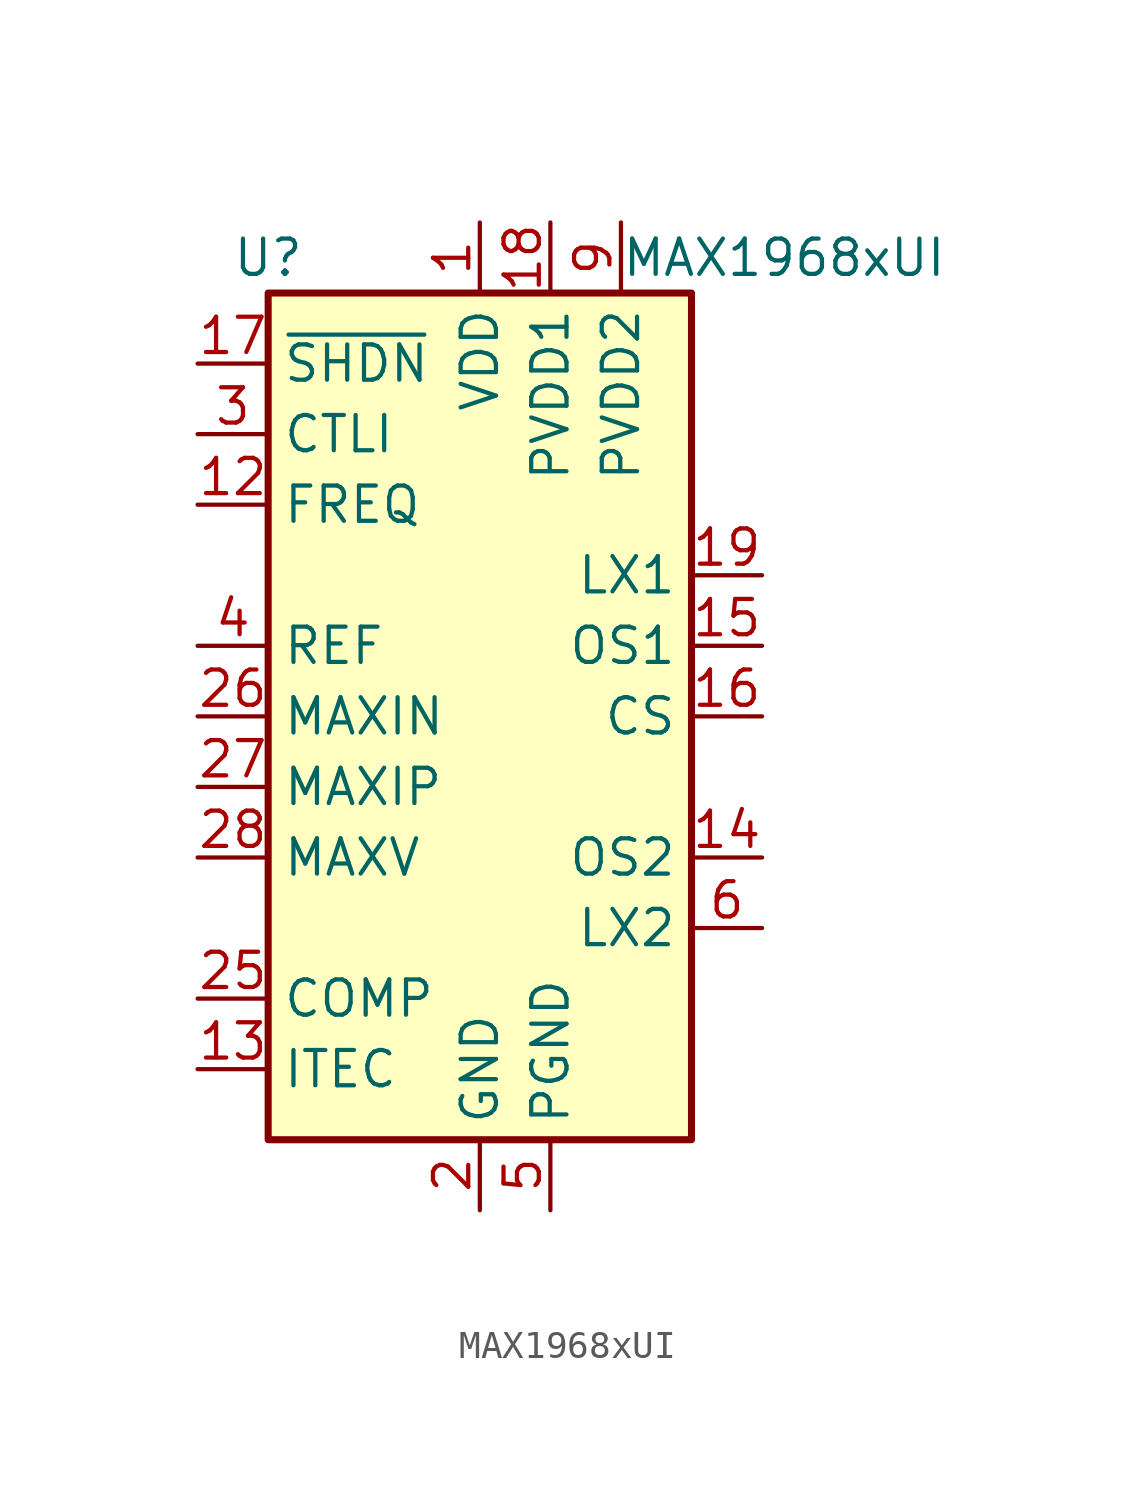
<source format=kicad_sym>
(kicad_symbol_lib
  (version 20201005)
  (generator kicad_symbol_editor)
  (symbol "Driver_TEC:MAX1968xUI"
    (property "Reference" "U"
      (at -7.62 16.51 0)
      (effects (font (size 1.27 1.27))))
    (property "Value" "MAX1968xUI"
      (at 5.08 16.51 0)
      (effects (font (size 1.27 1.27)) (justify left)))
    (symbol "MAX1968xUI_0_1"
      (rectangle (start -7.62 15.24) (end 7.62 -15.24) (stroke (width 0.254)) (fill (type background))))
    (symbol "MAX1968xUI_1_1"
      (pin power_in line (at 0 17.78 270) (length 2.54) (name "VDD" (effects (font (size 1.27 1.27)))) (number "1" (effects (font (size 1.27 1.27)))))
      (pin passive line (at 10.16 -7.62 180) (length 2.54) hide (name "LX2" (effects (font (size 1.27 1.27)))) (number "10" (effects (font (size 1.27 1.27)))))
      (pin passive line (at 5.08 17.78 270) (length 2.54) hide (name "PVDD2" (effects (font (size 1.27 1.27)))) (number "11" (effects (font (size 1.27 1.27)))))
      (pin input line (at -10.16 7.62 0) (length 2.54) (name "FREQ" (effects (font (size 1.27 1.27)))) (number "12" (effects (font (size 1.27 1.27)))))
      (pin output line (at -10.16 -12.7 0) (length 2.54) (name "ITEC" (effects (font (size 1.27 1.27)))) (number "13" (effects (font (size 1.27 1.27)))))
      (pin input line (at 10.16 -5.08 180) (length 2.54) (name "OS2" (effects (font (size 1.27 1.27)))) (number "14" (effects (font (size 1.27 1.27)))))
      (pin input line (at 10.16 2.54 180) (length 2.54) (name "OS1" (effects (font (size 1.27 1.27)))) (number "15" (effects (font (size 1.27 1.27)))))
      (pin input line (at 10.16 0 180) (length 2.54) (name "CS" (effects (font (size 1.27 1.27)))) (number "16" (effects (font (size 1.27 1.27)))))
      (pin input line (at -10.16 12.7 0) (length 2.54) (name "~SHDN" (effects (font (size 1.27 1.27)))) (number "17" (effects (font (size 1.27 1.27)))))
      (pin power_in line (at 2.54 17.78 270) (length 2.54) (name "PVDD1" (effects (font (size 1.27 1.27)))) (number "18" (effects (font (size 1.27 1.27)))))
      (pin power_out line (at 10.16 5.08 180) (length 2.54) (name "LX1" (effects (font (size 1.27 1.27)))) (number "19" (effects (font (size 1.27 1.27)))))
      (pin power_in line (at 0 -17.78 90) (length 2.54) (name "GND" (effects (font (size 1.27 1.27)))) (number "2" (effects (font (size 1.27 1.27)))))
      (pin passive line (at 2.54 17.78 270) (length 2.54) hide (name "PVDD1" (effects (font (size 1.27 1.27)))) (number "20" (effects (font (size 1.27 1.27)))))
      (pin passive line (at 10.16 5.08 180) (length 2.54) hide (name "LX1" (effects (font (size 1.27 1.27)))) (number "21" (effects (font (size 1.27 1.27)))))
      (pin passive line (at 2.54 -17.78 90) (length 2.54) hide (name "PGND" (effects (font (size 1.27 1.27)))) (number "22" (effects (font (size 1.27 1.27)))))
      (pin passive line (at 10.16 5.08 180) (length 2.54) hide (name "LX1" (effects (font (size 1.27 1.27)))) (number "23" (effects (font (size 1.27 1.27)))))
      (pin passive line (at 2.54 -17.78 90) (length 2.54) hide (name "PGND" (effects (font (size 1.27 1.27)))) (number "24" (effects (font (size 1.27 1.27)))))
      (pin passive line (at -10.16 -10.16 0) (length 2.54) (name "COMP" (effects (font (size 1.27 1.27)))) (number "25" (effects (font (size 1.27 1.27)))))
      (pin input line (at -10.16 0 0) (length 2.54) (name "MAXIN" (effects (font (size 1.27 1.27)))) (number "26" (effects (font (size 1.27 1.27)))))
      (pin input line (at -10.16 -2.54 0) (length 2.54) (name "MAXIP" (effects (font (size 1.27 1.27)))) (number "27" (effects (font (size 1.27 1.27)))))
      (pin input line (at -10.16 -5.08 0) (length 2.54) (name "MAXV" (effects (font (size 1.27 1.27)))) (number "28" (effects (font (size 1.27 1.27)))))
      (pin passive line (at 0 -17.78 90) (length 2.54) hide (name "GND" (effects (font (size 1.27 1.27)))) (number "29" (effects (font (size 1.27 1.27)))))
      (pin input line (at -10.16 10.16 0) (length 2.54) (name "CTLI" (effects (font (size 1.27 1.27)))) (number "3" (effects (font (size 1.27 1.27)))))
      (pin output line (at -10.16 2.54 0) (length 2.54) (name "REF" (effects (font (size 1.27 1.27)))) (number "4" (effects (font (size 1.27 1.27)))))
      (pin power_in line (at 2.54 -17.78 90) (length 2.54) (name "PGND" (effects (font (size 1.27 1.27)))) (number "5" (effects (font (size 1.27 1.27)))))
      (pin power_out line (at 10.16 -7.62 180) (length 2.54) (name "LX2" (effects (font (size 1.27 1.27)))) (number "6" (effects (font (size 1.27 1.27)))))
      (pin passive line (at 2.54 -17.78 90) (length 2.54) hide (name "PGND" (effects (font (size 1.27 1.27)))) (number "7" (effects (font (size 1.27 1.27)))))
      (pin passive line (at 10.16 -7.62 180) (length 2.54) hide (name "LX2" (effects (font (size 1.27 1.27)))) (number "8" (effects (font (size 1.27 1.27)))))
      (pin power_in line (at 5.08 17.78 270) (length 2.54) (name "PVDD2" (effects (font (size 1.27 1.27)))) (number "9" (effects (font (size 1.27 1.27))))))))
</source>
